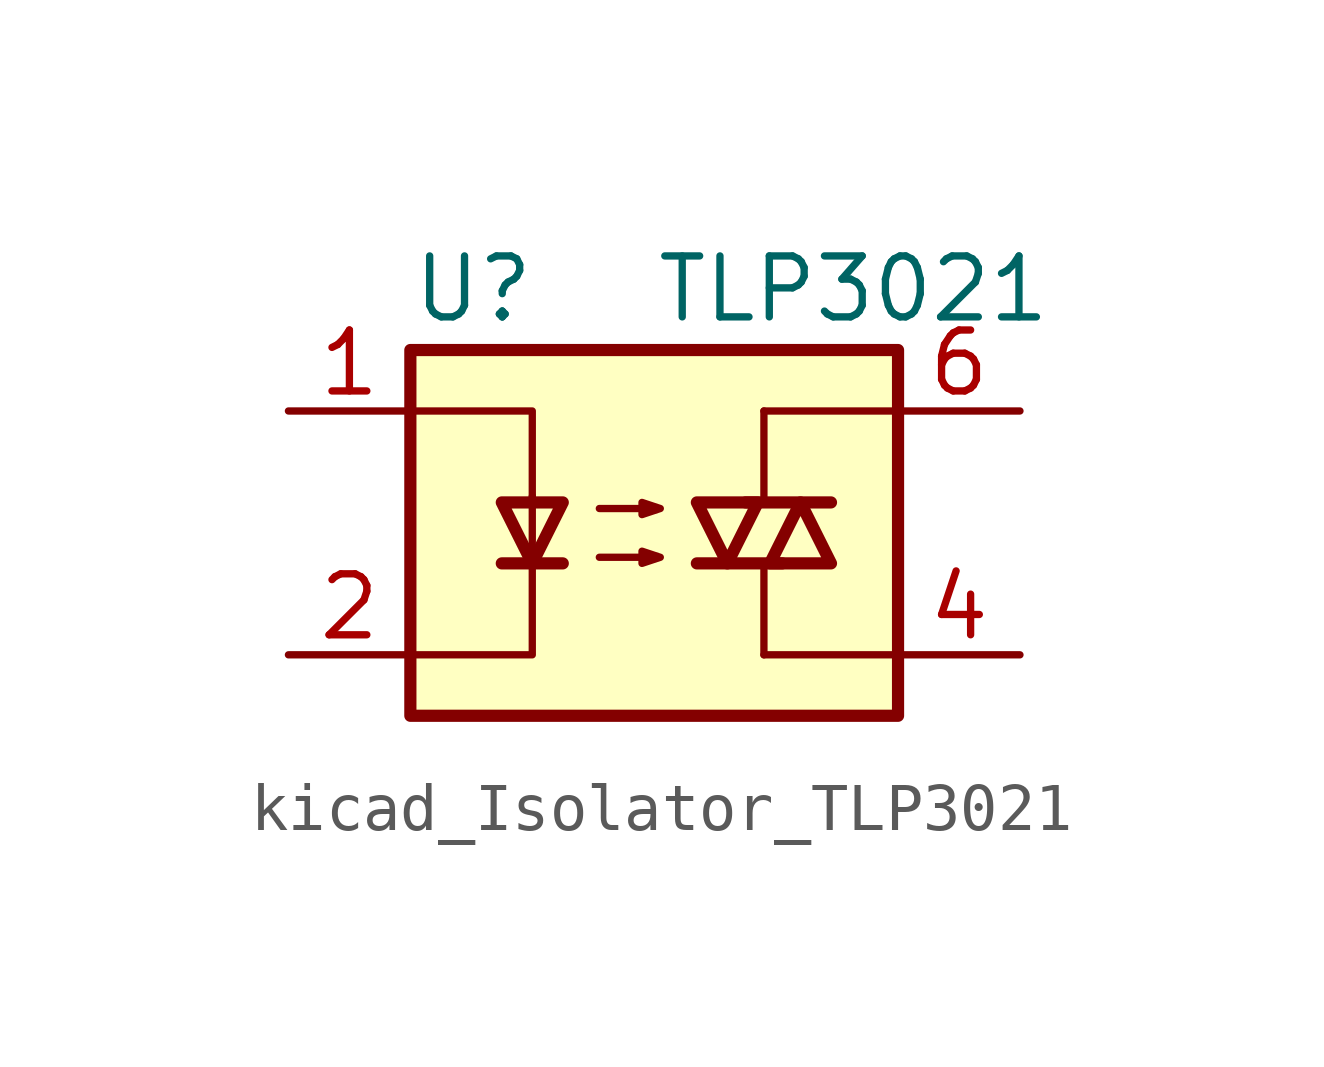
<source format=kicad_sym>
(kicad_symbol_lib
  (version 20220914)
  (generator kicad_symbol_editor)
  (symbol "kicad_Isolator_TLP3021"
    (pin_names
      (offset 1.016))
    (property "Reference" "U"
      (at -5.08 5.08 0)
      (effects (font (size 1.27 1.27)) (justify left)))
    (property "Value" "TLP3021"
      (at 0 5.08 0)
      (effects (font (size 1.27 1.27)) (justify left)))
    (symbol "kicad_Isolator_TLP3021_0_1"
      (rectangle (start -5.08 3.81) (end 5.08 -3.81) (stroke (width 0.254) (type default)) (fill (type background)))
      (polyline (pts (xy -3.175 -0.635) (xy -1.905 -0.635)) (stroke (width 0.254) (type default)) (fill (type none)))
      (polyline (pts (xy 1.905 0.635) (xy 3.683 0.635)) (stroke (width 0.254) (type default)) (fill (type none)))
      (polyline (pts (xy 2.286 -2.54) (xy 2.286 -0.635)) (stroke (width 0) (type default)) (fill (type none)))
      (polyline (pts (xy 2.286 -2.54) (xy 5.08 -2.54)) (stroke (width 0) (type default)) (fill (type none)))
      (polyline (pts (xy 2.286 2.54) (xy 2.286 0.635)) (stroke (width 0) (type default)) (fill (type none)))
      (polyline (pts (xy 2.286 2.54) (xy 5.08 2.54)) (stroke (width 0) (type default)) (fill (type none)))
      (polyline (pts (xy 2.667 -0.635) (xy 0.889 -0.635)) (stroke (width 0.254) (type default)) (fill (type none)))
      (polyline (pts (xy -5.08 2.54) (xy -2.54 2.54) (xy -2.54 0.635)) (stroke (width 0) (type default)) (fill (type none)))
      (polyline (pts (xy -2.54 0.762) (xy -2.54 -2.54) (xy -5.08 -2.54)) (stroke (width 0) (type default)) (fill (type none)))
      (polyline (pts (xy -2.54 -0.635) (xy -3.175 0.635) (xy -1.905 0.635) (xy -2.54 -0.635)) (stroke (width 0.254) (type default)) (fill (type none)))
      (polyline (pts (xy 1.524 -0.635) (xy 2.159 0.635) (xy 0.889 0.635) (xy 1.524 -0.635)) (stroke (width 0.254) (type default)) (fill (type none)))
      (polyline (pts (xy 3.048 0.635) (xy 2.413 -0.635) (xy 3.683 -0.635) (xy 3.048 0.635)) (stroke (width 0.254) (type default)) (fill (type none)))
      (polyline (pts (xy -1.143 -0.508) (xy 0.127 -0.508) (xy -0.254 -0.635) (xy -0.254 -0.381) (xy 0.127 -0.508)) (stroke (width 0) (type default)) (fill (type none)))
      (polyline (pts (xy -1.143 0.508) (xy 0.127 0.508) (xy -0.254 0.381) (xy -0.254 0.635) (xy 0.127 0.508)) (stroke (width 0) (type default)) (fill (type none))))
    (symbol "kicad_Isolator_TLP3021_1_1"
      (pin passive line (at -7.62 2.54 0) (length 2.54) (name "~" (effects (font (size 1.27 1.27)))) (number "1" (effects (font (size 1.27 1.27)))))
      (pin passive line (at -7.62 -2.54 0) (length 2.54) (name "~" (effects (font (size 1.27 1.27)))) (number "2" (effects (font (size 1.27 1.27)))))
      (pin no_connect line (at -5.08 0 0) (length 2.54) hide (name "NC" (effects (font (size 1.27 1.27)))) (number "3" (effects (font (size 1.27 1.27)))))
      (pin passive line (at 7.62 -2.54 180) (length 2.54) (name "~" (effects (font (size 1.27 1.27)))) (number "4" (effects (font (size 1.27 1.27)))))
      (pin passive line (at 7.62 2.54 180) (length 2.54) (name "~" (effects (font (size 1.27 1.27)))) (number "6" (effects (font (size 1.27 1.27))))))))
</source>
